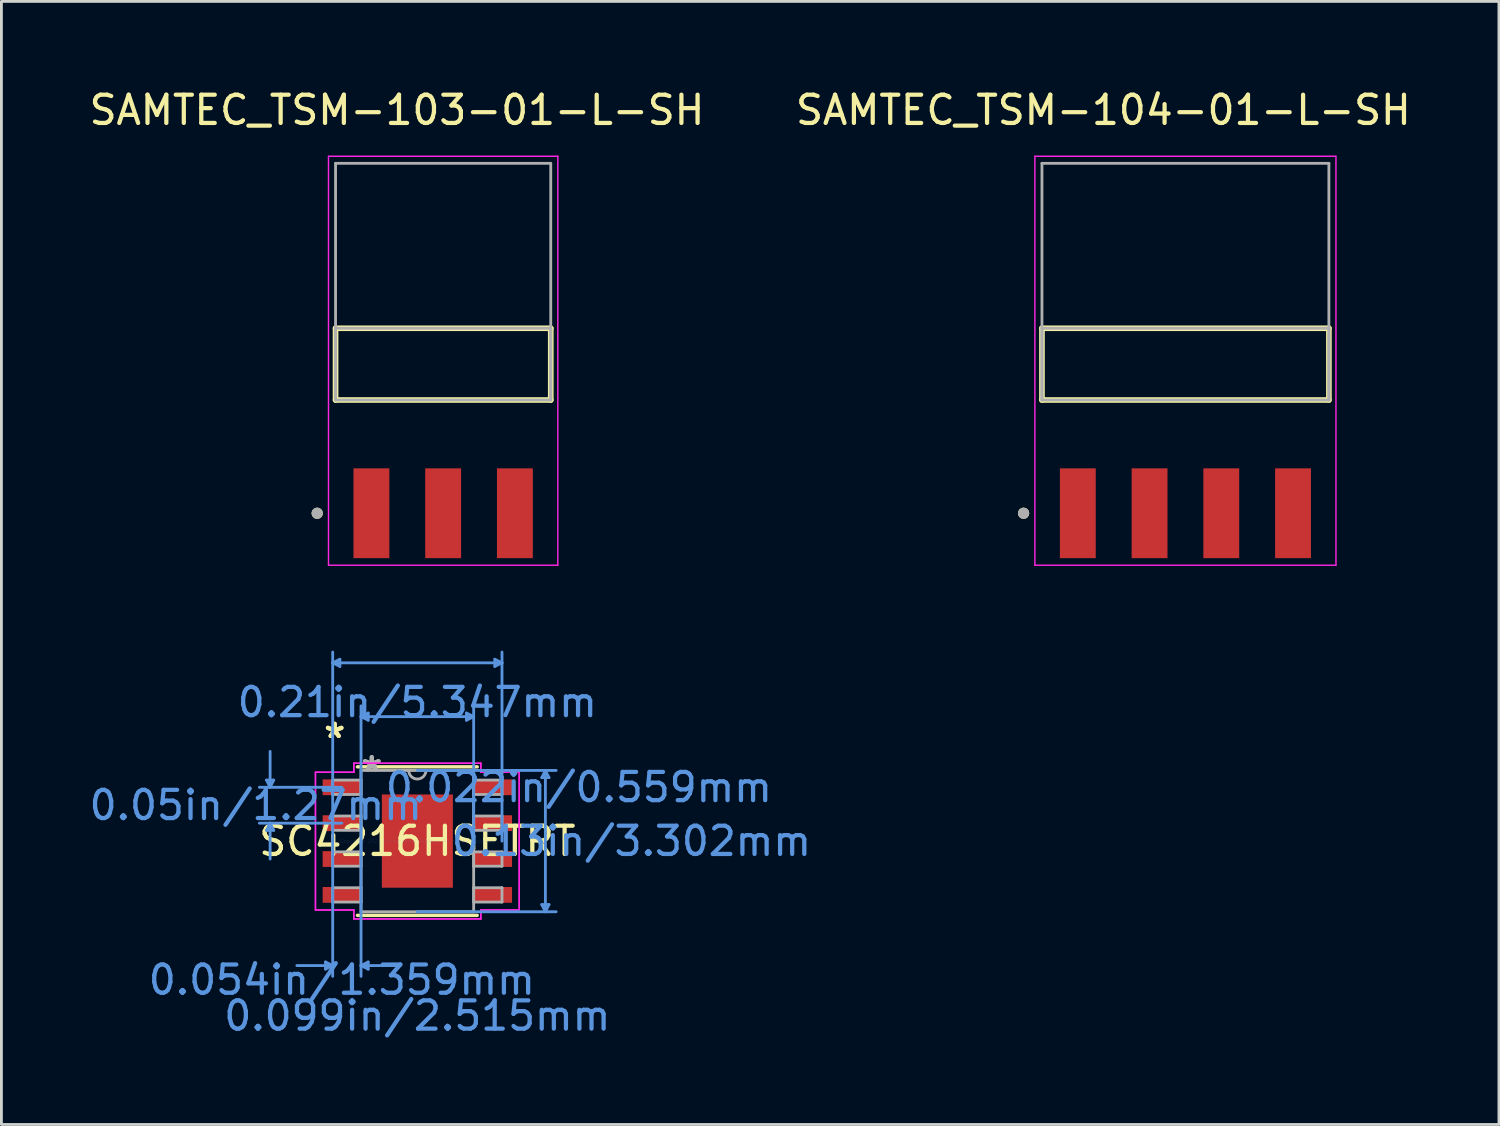
<source format=kicad_pcb>
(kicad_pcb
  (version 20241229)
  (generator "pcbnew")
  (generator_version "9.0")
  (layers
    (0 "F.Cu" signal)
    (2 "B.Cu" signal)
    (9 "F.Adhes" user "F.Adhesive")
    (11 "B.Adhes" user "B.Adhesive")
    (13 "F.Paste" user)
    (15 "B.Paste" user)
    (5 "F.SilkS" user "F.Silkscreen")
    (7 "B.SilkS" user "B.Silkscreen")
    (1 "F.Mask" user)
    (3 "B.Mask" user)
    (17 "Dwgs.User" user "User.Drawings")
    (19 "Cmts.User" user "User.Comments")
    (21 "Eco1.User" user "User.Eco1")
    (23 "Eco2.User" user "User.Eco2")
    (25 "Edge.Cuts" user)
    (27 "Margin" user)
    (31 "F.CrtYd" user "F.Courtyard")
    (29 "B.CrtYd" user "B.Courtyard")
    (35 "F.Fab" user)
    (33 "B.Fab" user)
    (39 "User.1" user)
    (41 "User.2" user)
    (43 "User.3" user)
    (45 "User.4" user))
  (footprint "SAMTEC_TSM-104-01-L-SH"
    (layer "F.Cu")
    (at 38.923 9.843)
    (property "Reference" "SAMTEC_TSM-104-01-L-SH" (at -2.905 -8.995 0) (layer "F.SilkS") (effects (font (size 1 1) (thickness 0.15))))
    (attr smd)
    (fp_line (start -5.08 1.27) (end -5.08 -1.27) (stroke (width 0.2) (type solid)) (layer "F.SilkS"))
    (fp_line (start 5.08 -1.27) (end -5.08 -1.27) (stroke (width 0.2) (type solid)) (layer "F.SilkS"))
    (fp_line (start 5.08 -1.27) (end 5.08 1.27) (stroke (width 0.2) (type solid)) (layer "F.SilkS"))
    (fp_line (start 5.08 1.27) (end -5.08 1.27) (stroke (width 0.2) (type solid)) (layer "F.SilkS"))
    (fp_circle (center -5.73 5.28) (end -5.63 5.28) (stroke (width 0.2) (type solid)) (fill no) (layer "F.SilkS"))
    (fp_line (start -5.33 -7.36) (end 5.33 -7.36) (stroke (width 0.05) (type solid)) (layer "F.CrtYd"))
    (fp_line (start -5.33 7.12) (end -5.33 -7.36) (stroke (width 0.05) (type solid)) (layer "F.CrtYd"))
    (fp_line (start 5.33 -7.36) (end 5.33 7.12) (stroke (width 0.05) (type solid)) (layer "F.CrtYd"))
    (fp_line (start 5.33 7.12) (end -5.33 7.12) (stroke (width 0.05) (type solid)) (layer "F.CrtYd"))
    (fp_line (start -5.08 -7.11) (end 5.08 -7.11) (stroke (width 0.1) (type solid)) (layer "F.Fab"))
    (fp_line (start -5.08 -1.27) (end 5.08 -1.27) (stroke (width 0.1) (type solid)) (layer "F.Fab"))
    (fp_line (start -5.08 1.27) (end -5.08 -7.11) (stroke (width 0.1) (type solid)) (layer "F.Fab"))
    (fp_line (start -5.08 1.27) (end -5.08 -1.27) (stroke (width 0.1) (type solid)) (layer "F.Fab"))
    (fp_line (start 5.08 -7.11) (end 5.08 1.27) (stroke (width 0.1) (type solid)) (layer "F.Fab"))
    (fp_line (start 5.08 -1.27) (end 5.08 1.27) (stroke (width 0.1) (type solid)) (layer "F.Fab"))
    (fp_line (start 5.08 1.27) (end -5.08 1.27) (stroke (width 0.1) (type solid)) (layer "F.Fab"))
    (fp_circle (center -5.73 5.28) (end -5.63 5.28) (stroke (width 0.2) (type solid)) (fill no) (layer "F.Fab"))
    (pad "1" smd rect (at -3.81 5.28) (size 1.27 3.18) (layers "F.Cu" "F.Mask" "F.Paste"))
    (pad "2" smd rect (at -1.27 5.28) (size 1.27 3.18) (layers "F.Cu" "F.Mask" "F.Paste"))
    (pad "3" smd rect (at 1.27 5.28) (size 1.27 3.18) (layers "F.Cu" "F.Mask" "F.Paste"))
    (pad "4" smd rect (at 3.81 5.28) (size 1.27 3.18) (layers "F.Cu" "F.Mask" "F.Paste")))
  (footprint "SC4216HSETRT"
    (layer "F.Cu")
    (at 11.727 26.731)
    (property "Reference" "SC4216HSETRT" (at 0 0 0) (layer "F.SilkS") (effects (font (size 1 1) (thickness 0.15))))
    (attr through_hole)
    (fp_line (start -2.121 2.629) (end 2.121 2.629) (stroke (width 0.12) (type solid)) (layer "F.SilkS"))
    (fp_line (start 2.121 -2.629) (end -2.121 -2.629) (stroke (width 0.12) (type solid)) (layer "F.SilkS"))
    (fp_poly (pts (xy -1.157 -1.551) (xy -1.157 -0.1) (xy 1.157 -0.1) (xy 1.157 -1.551)) (stroke (width 0.1) (type solid)) (fill yes) (layer "F.Paste"))
    (fp_poly (pts (xy -1.157 0.1) (xy -1.157 1.551) (xy 1.157 1.551) (xy 1.157 0.1)) (stroke (width 0.1) (type solid)) (fill yes) (layer "F.Paste"))
    (fp_line (start -5.34 -2.159) (end -5.086 -2.159) (stroke (width 0.1) (type solid)) (layer "Cmts.User"))
    (fp_line (start -5.34 -0.381) (end -5.086 -0.381) (stroke (width 0.1) (type solid)) (layer "Cmts.User"))
    (fp_line (start -5.213 -1.905) (end -5.34 -2.159) (stroke (width 0.1) (type solid)) (layer "Cmts.User"))
    (fp_line (start -5.213 -1.905) (end -5.213 -3.175) (stroke (width 0.1) (type solid)) (layer "Cmts.User"))
    (fp_line (start -5.213 -1.905) (end -5.086 -2.159) (stroke (width 0.1) (type solid)) (layer "Cmts.User"))
    (fp_line (start -5.213 -0.635) (end -5.34 -0.381) (stroke (width 0.1) (type solid)) (layer "Cmts.User"))
    (fp_line (start -5.213 -0.635) (end -5.213 0.635) (stroke (width 0.1) (type solid)) (layer "Cmts.User"))
    (fp_line (start -5.213 -0.635) (end -5.086 -0.381) (stroke (width 0.1) (type solid)) (layer "Cmts.User"))
    (fp_line (start -3.251 4.28) (end -3.251 4.534) (stroke (width 0.1) (type solid)) (layer "Cmts.User"))
    (fp_line (start -2.997 -6.312) (end -2.743 -6.439) (stroke (width 0.1) (type solid)) (layer "Cmts.User"))
    (fp_line (start -2.997 -6.312) (end -2.743 -6.185) (stroke (width 0.1) (type solid)) (layer "Cmts.User"))
    (fp_line (start -2.997 -6.312) (end 2.997 -6.312) (stroke (width 0.1) (type solid)) (layer "Cmts.User"))
    (fp_line (start -2.997 0) (end -2.997 -6.693) (stroke (width 0.1) (type solid)) (layer "Cmts.User"))
    (fp_line (start -2.997 0) (end -2.997 4.788) (stroke (width 0.1) (type solid)) (layer "Cmts.User"))
    (fp_line (start -2.997 4.407) (end -4.267 4.407) (stroke (width 0.1) (type solid)) (layer "Cmts.User"))
    (fp_line (start -2.997 4.407) (end -3.251 4.28) (stroke (width 0.1) (type solid)) (layer "Cmts.User"))
    (fp_line (start -2.997 4.407) (end -3.251 4.534) (stroke (width 0.1) (type solid)) (layer "Cmts.User"))
    (fp_line (start -2.743 -6.439) (end -2.743 -6.185) (stroke (width 0.1) (type solid)) (layer "Cmts.User"))
    (fp_line (start -2.673 -1.905) (end -5.594 -1.905) (stroke (width 0.1) (type solid)) (layer "Cmts.User"))
    (fp_line (start -2.673 -0.635) (end -5.594 -0.635) (stroke (width 0.1) (type solid)) (layer "Cmts.User"))
    (fp_line (start -1.994 -4.407) (end -1.74 -4.534) (stroke (width 0.1) (type solid)) (layer "Cmts.User"))
    (fp_line (start -1.994 -4.407) (end -1.74 -4.28) (stroke (width 0.1) (type solid)) (layer "Cmts.User"))
    (fp_line (start -1.994 -4.407) (end 1.994 -4.407) (stroke (width 0.1) (type solid)) (layer "Cmts.User"))
    (fp_line (start -1.994 0) (end -1.994 -4.788) (stroke (width 0.1) (type solid)) (layer "Cmts.User"))
    (fp_line (start -1.994 0) (end -1.994 4.788) (stroke (width 0.1) (type solid)) (layer "Cmts.User"))
    (fp_line (start -1.994 4.407) (end -1.74 4.28) (stroke (width 0.1) (type solid)) (layer "Cmts.User"))
    (fp_line (start -1.994 4.407) (end -1.74 4.534) (stroke (width 0.1) (type solid)) (layer "Cmts.User"))
    (fp_line (start -1.994 4.407) (end -0.724 4.407) (stroke (width 0.1) (type solid)) (layer "Cmts.User"))
    (fp_line (start -1.74 -4.534) (end -1.74 -4.28) (stroke (width 0.1) (type solid)) (layer "Cmts.User"))
    (fp_line (start -1.74 4.28) (end -1.74 4.534) (stroke (width 0.1) (type solid)) (layer "Cmts.User"))
    (fp_line (start 0 -2.502) (end 4.915 -2.502) (stroke (width 0.1) (type solid)) (layer "Cmts.User"))
    (fp_line (start 0 2.502) (end 4.915 2.502) (stroke (width 0.1) (type solid)) (layer "Cmts.User"))
    (fp_line (start 1.74 -4.534) (end 1.74 -4.28) (stroke (width 0.1) (type solid)) (layer "Cmts.User"))
    (fp_line (start 1.994 -4.407) (end 1.74 -4.534) (stroke (width 0.1) (type solid)) (layer "Cmts.User"))
    (fp_line (start 1.994 -4.407) (end 1.74 -4.28) (stroke (width 0.1) (type solid)) (layer "Cmts.User"))
    (fp_line (start 1.994 0) (end 1.994 -4.788) (stroke (width 0.1) (type solid)) (layer "Cmts.User"))
    (fp_line (start 2.743 -6.439) (end 2.743 -6.185) (stroke (width 0.1) (type solid)) (layer "Cmts.User"))
    (fp_line (start 2.997 -6.312) (end 2.743 -6.439) (stroke (width 0.1) (type solid)) (layer "Cmts.User"))
    (fp_line (start 2.997 -6.312) (end 2.743 -6.185) (stroke (width 0.1) (type solid)) (layer "Cmts.User"))
    (fp_line (start 2.997 0) (end 2.997 -6.693) (stroke (width 0.1) (type solid)) (layer "Cmts.User"))
    (fp_line (start 4.407 -2.248) (end 4.661 -2.248) (stroke (width 0.1) (type solid)) (layer "Cmts.User"))
    (fp_line (start 4.407 2.248) (end 4.661 2.248) (stroke (width 0.1) (type solid)) (layer "Cmts.User"))
    (fp_line (start 4.534 -2.502) (end 4.407 -2.248) (stroke (width 0.1) (type solid)) (layer "Cmts.User"))
    (fp_line (start 4.534 -2.502) (end 4.534 2.502) (stroke (width 0.1) (type solid)) (layer "Cmts.User"))
    (fp_line (start 4.534 -2.502) (end 4.661 -2.248) (stroke (width 0.1) (type solid)) (layer "Cmts.User"))
    (fp_line (start 4.534 2.502) (end 4.407 2.248) (stroke (width 0.1) (type solid)) (layer "Cmts.User"))
    (fp_line (start 4.534 2.502) (end 4.661 2.248) (stroke (width 0.1) (type solid)) (layer "Cmts.User"))
    (fp_line (start -3.607 -2.438) (end -2.248 -2.438) (stroke (width 0.05) (type solid)) (layer "F.CrtYd"))
    (fp_line (start -3.607 -2.438) (end -2.248 -2.438) (stroke (width 0.05) (type solid)) (layer "F.CrtYd"))
    (fp_line (start -3.607 2.438) (end -3.607 -2.438) (stroke (width 0.05) (type solid)) (layer "F.CrtYd"))
    (fp_line (start -3.607 2.438) (end -3.607 -2.438) (stroke (width 0.05) (type solid)) (layer "F.CrtYd"))
    (fp_line (start -3.607 2.438) (end -2.248 2.438) (stroke (width 0.05) (type solid)) (layer "F.CrtYd"))
    (fp_line (start -2.248 -2.756) (end 2.248 -2.756) (stroke (width 0.05) (type solid)) (layer "F.CrtYd"))
    (fp_line (start -2.248 -2.756) (end 2.248 -2.756) (stroke (width 0.05) (type solid)) (layer "F.CrtYd"))
    (fp_line (start -2.248 -2.438) (end -2.248 -2.756) (stroke (width 0.05) (type solid)) (layer "F.CrtYd"))
    (fp_line (start -2.248 -2.438) (end -2.248 -2.756) (stroke (width 0.05) (type solid)) (layer "F.CrtYd"))
    (fp_line (start -2.248 2.438) (end -3.607 2.438) (stroke (width 0.05) (type solid)) (layer "F.CrtYd"))
    (fp_line (start -2.248 2.756) (end -2.248 2.438) (stroke (width 0.05) (type solid)) (layer "F.CrtYd"))
    (fp_line (start -2.248 2.756) (end -2.248 2.438) (stroke (width 0.05) (type solid)) (layer "F.CrtYd"))
    (fp_line (start 2.248 -2.756) (end 2.248 -2.438) (stroke (width 0.05) (type solid)) (layer "F.CrtYd"))
    (fp_line (start 2.248 -2.756) (end 2.248 -2.438) (stroke (width 0.05) (type solid)) (layer "F.CrtYd"))
    (fp_line (start 2.248 -2.438) (end 3.607 -2.438) (stroke (width 0.05) (type solid)) (layer "F.CrtYd"))
    (fp_line (start 2.248 2.438) (end 2.248 2.756) (stroke (width 0.05) (type solid)) (layer "F.CrtYd"))
    (fp_line (start 2.248 2.438) (end 2.248 2.756) (stroke (width 0.05) (type solid)) (layer "F.CrtYd"))
    (fp_line (start 2.248 2.756) (end -2.248 2.756) (stroke (width 0.05) (type solid)) (layer "F.CrtYd"))
    (fp_line (start 2.248 2.756) (end -2.248 2.756) (stroke (width 0.05) (type solid)) (layer "F.CrtYd"))
    (fp_line (start 3.607 -2.438) (end 2.248 -2.438) (stroke (width 0.05) (type solid)) (layer "F.CrtYd"))
    (fp_line (start 3.607 -2.438) (end 3.607 2.438) (stroke (width 0.05) (type solid)) (layer "F.CrtYd"))
    (fp_line (start 3.607 -2.438) (end 3.607 2.438) (stroke (width 0.05) (type solid)) (layer "F.CrtYd"))
    (fp_line (start 3.607 2.438) (end 2.248 2.438) (stroke (width 0.05) (type solid)) (layer "F.CrtYd"))
    (fp_line (start 3.607 2.438) (end 2.248 2.438) (stroke (width 0.05) (type solid)) (layer "F.CrtYd"))
    (fp_line (start -2.997 -2.159) (end -2.997 -1.651) (stroke (width 0.1) (type solid)) (layer "F.Fab"))
    (fp_line (start -2.997 -1.651) (end -1.994 -1.651) (stroke (width 0.1) (type solid)) (layer "F.Fab"))
    (fp_line (start -2.997 -0.889) (end -2.997 -0.381) (stroke (width 0.1) (type solid)) (layer "F.Fab"))
    (fp_line (start -2.997 -0.381) (end -1.994 -0.381) (stroke (width 0.1) (type solid)) (layer "F.Fab"))
    (fp_line (start -2.997 0.381) (end -2.997 0.889) (stroke (width 0.1) (type solid)) (layer "F.Fab"))
    (fp_line (start -2.997 0.889) (end -1.994 0.889) (stroke (width 0.1) (type solid)) (layer "F.Fab"))
    (fp_line (start -2.997 1.651) (end -2.997 2.159) (stroke (width 0.1) (type solid)) (layer "F.Fab"))
    (fp_line (start -2.997 2.159) (end -1.994 2.159) (stroke (width 0.1) (type solid)) (layer "F.Fab"))
    (fp_line (start -1.994 -2.502) (end -1.994 2.502) (stroke (width 0.1) (type solid)) (layer "F.Fab"))
    (fp_line (start -1.994 -2.159) (end -2.997 -2.159) (stroke (width 0.1) (type solid)) (layer "F.Fab"))
    (fp_line (start -1.994 -1.651) (end -1.994 -2.159) (stroke (width 0.1) (type solid)) (layer "F.Fab"))
    (fp_line (start -1.994 -0.889) (end -2.997 -0.889) (stroke (width 0.1) (type solid)) (layer "F.Fab"))
    (fp_line (start -1.994 -0.381) (end -1.994 -0.889) (stroke (width 0.1) (type solid)) (layer "F.Fab"))
    (fp_line (start -1.994 0.381) (end -2.997 0.381) (stroke (width 0.1) (type solid)) (layer "F.Fab"))
    (fp_line (start -1.994 0.889) (end -1.994 0.381) (stroke (width 0.1) (type solid)) (layer "F.Fab"))
    (fp_line (start -1.994 1.651) (end -2.997 1.651) (stroke (width 0.1) (type solid)) (layer "F.Fab"))
    (fp_line (start -1.994 2.159) (end -1.994 1.651) (stroke (width 0.1) (type solid)) (layer "F.Fab"))
    (fp_line (start -1.994 2.502) (end 1.994 2.502) (stroke (width 0.1) (type solid)) (layer "F.Fab"))
    (fp_line (start 1.994 -2.502) (end -1.994 -2.502) (stroke (width 0.1) (type solid)) (layer "F.Fab"))
    (fp_line (start 1.994 -2.159) (end 1.994 -1.651) (stroke (width 0.1) (type solid)) (layer "F.Fab"))
    (fp_line (start 1.994 -1.651) (end 2.997 -1.651) (stroke (width 0.1) (type solid)) (layer "F.Fab"))
    (fp_line (start 1.994 -0.889) (end 1.994 -0.381) (stroke (width 0.1) (type solid)) (layer "F.Fab"))
    (fp_line (start 1.994 -0.381) (end 2.997 -0.381) (stroke (width 0.1) (type solid)) (layer "F.Fab"))
    (fp_line (start 1.994 0.381) (end 1.994 0.889) (stroke (width 0.1) (type solid)) (layer "F.Fab"))
    (fp_line (start 1.994 0.889) (end 2.997 0.889) (stroke (width 0.1) (type solid)) (layer "F.Fab"))
    (fp_line (start 1.994 1.651) (end 1.994 2.159) (stroke (width 0.1) (type solid)) (layer "F.Fab"))
    (fp_line (start 1.994 2.159) (end 2.997 2.159) (stroke (width 0.1) (type solid)) (layer "F.Fab"))
    (fp_line (start 1.994 2.502) (end 1.994 -2.502) (stroke (width 0.1) (type solid)) (layer "F.Fab"))
    (fp_line (start 2.997 -2.159) (end 1.994 -2.159) (stroke (width 0.1) (type solid)) (layer "F.Fab"))
    (fp_line (start 2.997 -1.651) (end 2.997 -2.159) (stroke (width 0.1) (type solid)) (layer "F.Fab"))
    (fp_line (start 2.997 -0.889) (end 1.994 -0.889) (stroke (width 0.1) (type solid)) (layer "F.Fab"))
    (fp_line (start 2.997 -0.381) (end 2.997 -0.889) (stroke (width 0.1) (type solid)) (layer "F.Fab"))
    (fp_line (start 2.997 0.381) (end 1.994 0.381) (stroke (width 0.1) (type solid)) (layer "F.Fab"))
    (fp_line (start 2.997 0.889) (end 2.997 0.381) (stroke (width 0.1) (type solid)) (layer "F.Fab"))
    (fp_line (start 2.997 1.651) (end 1.994 1.651) (stroke (width 0.1) (type solid)) (layer "F.Fab"))
    (fp_line (start 2.997 2.159) (end 2.997 1.651) (stroke (width 0.1) (type solid)) (layer "F.Fab"))
    (fp_arc (start 0.3048 -2.5019) (mid 0 -2.1971) (end -0.3048 -2.5019) (stroke (width 0.1) (type solid)) (layer "F.Fab"))
    (fp_text user "*" (at -2.927 -3.607 0) (layer "F.SilkS") (effects (font (size 1 1) (thickness 0.15))))
    (fp_text user "*" (at -2.927 -3.607 0) (layer "F.SilkS") (effects (font (size 1 1) (thickness 0.15))))
    (fp_text user "0.022in/0.559mm" (at 5.721 -1.905 0) (layer "Cmts.User") (effects (font (size 1 1) (thickness 0.15))))
    (fp_text user "0.21in/5.347mm" (at 0 -4.915 0) (layer "Cmts.User") (effects (font (size 1 1) (thickness 0.15))))
    (fp_text user "0.13in/3.302mm" (at 7.582 0 0) (layer "Cmts.User") (effects (font (size 1 1) (thickness 0.15))))
    (fp_text user "0.05in/1.27mm" (at -5.721 -1.27 0) (layer "Cmts.User") (effects (font (size 1 1) (thickness 0.15))))
    (fp_text user "0.099in/2.515mm" (at 0 6.185 0) (layer "Cmts.User") (effects (font (size 1 1) (thickness 0.15))))
    (fp_text user "Copyright 2021 Accelerated Designs. All rights reserved." (at 0 0 0) (layer "Cmts.User") (effects (font (size 0.127 0.127) (thickness 0.002))))
    (fp_text user "0.054in/1.359mm" (at -2.673 4.915 0) (layer "Cmts.User") (effects (font (size 1 1) (thickness 0.15))))
    (fp_text user "*" (at -1.613 -2.426 0) (layer "F.Fab") (effects (font (size 1 1) (thickness 0.15))))
    (fp_text user "*" (at -1.613 -2.426 0) (layer "F.Fab") (effects (font (size 1 1) (thickness 0.15))))
    (pad "1" smd rect (at -2.673 -1.905) (size 1.359 0.559) (layers "F.Cu" "F.Mask" "F.Paste"))
    (pad "2" smd rect (at -2.673 -0.635) (size 1.359 0.559) (layers "F.Cu" "F.Mask" "F.Paste"))
    (pad "3" smd rect (at -2.673 0.635) (size 1.359 0.559) (layers "F.Cu" "F.Mask" "F.Paste"))
    (pad "4" smd rect (at -2.673 1.905) (size 1.359 0.559) (layers "F.Cu" "F.Mask" "F.Paste"))
    (pad "5" smd rect (at 2.673 1.905) (size 1.359 0.559) (layers "F.Cu" "F.Mask" "F.Paste"))
    (pad "6" smd rect (at 2.673 0.635) (size 1.359 0.559) (layers "F.Cu" "F.Mask" "F.Paste"))
    (pad "7" smd rect (at 2.673 -0.635) (size 1.359 0.559) (layers "F.Cu" "F.Mask" "F.Paste"))
    (pad "8" smd rect (at 2.673 -1.905) (size 1.359 0.559) (layers "F.Cu" "F.Mask" "F.Paste"))
    (pad "EPAD" smd rect (at 0 0) (size 2.515 3.302) (layers "F.Cu" "F.Mask")))
  (footprint "SAMTEC_TSM-103-01-L-SH"
    (layer "F.Cu")
    (at 12.641 9.843)
    (property "Reference" "SAMTEC_TSM-103-01-L-SH" (at -1.635 -8.995 0) (layer "F.SilkS") (effects (font (size 1 1) (thickness 0.15))))
    (attr smd)
    (fp_line (start -3.81 1.27) (end -3.81 -1.27) (stroke (width 0.2) (type solid)) (layer "F.SilkS"))
    (fp_line (start 3.81 -1.27) (end -3.81 -1.27) (stroke (width 0.2) (type solid)) (layer "F.SilkS"))
    (fp_line (start 3.81 -1.27) (end 3.81 1.27) (stroke (width 0.2) (type solid)) (layer "F.SilkS"))
    (fp_line (start 3.81 1.27) (end -3.81 1.27) (stroke (width 0.2) (type solid)) (layer "F.SilkS"))
    (fp_circle (center -4.46 5.28) (end -4.36 5.28) (stroke (width 0.2) (type solid)) (fill no) (layer "F.SilkS"))
    (fp_line (start -4.06 -7.36) (end 4.06 -7.36) (stroke (width 0.05) (type solid)) (layer "F.CrtYd"))
    (fp_line (start -4.06 7.12) (end -4.06 -7.36) (stroke (width 0.05) (type solid)) (layer "F.CrtYd"))
    (fp_line (start 4.06 -7.36) (end 4.06 7.12) (stroke (width 0.05) (type solid)) (layer "F.CrtYd"))
    (fp_line (start 4.06 7.12) (end -4.06 7.12) (stroke (width 0.05) (type solid)) (layer "F.CrtYd"))
    (fp_line (start -3.81 -7.11) (end 3.81 -7.11) (stroke (width 0.1) (type solid)) (layer "F.Fab"))
    (fp_line (start -3.81 -1.27) (end 3.81 -1.27) (stroke (width 0.1) (type solid)) (layer "F.Fab"))
    (fp_line (start -3.81 1.27) (end -3.81 -7.11) (stroke (width 0.1) (type solid)) (layer "F.Fab"))
    (fp_line (start -3.81 1.27) (end -3.81 -1.27) (stroke (width 0.1) (type solid)) (layer "F.Fab"))
    (fp_line (start 3.81 -7.11) (end 3.81 1.27) (stroke (width 0.1) (type solid)) (layer "F.Fab"))
    (fp_line (start 3.81 -1.27) (end 3.81 1.27) (stroke (width 0.1) (type solid)) (layer "F.Fab"))
    (fp_line (start 3.81 1.27) (end -3.81 1.27) (stroke (width 0.1) (type solid)) (layer "F.Fab"))
    (fp_circle (center -4.46 5.28) (end -4.36 5.28) (stroke (width 0.2) (type solid)) (fill no) (layer "F.Fab"))
    (pad "1" smd rect (at -2.54 5.28) (size 1.27 3.18) (layers "F.Cu" "F.Mask" "F.Paste"))
    (pad "2" smd rect (at 0 5.28) (size 1.27 3.18) (layers "F.Cu" "F.Mask" "F.Paste"))
    (pad "3" smd rect (at 2.54 5.28) (size 1.27 3.18) (layers "F.Cu" "F.Mask" "F.Paste")))
  (gr_rect
    (start -3 -3)
    (end 50.024 36.764)
    (stroke (width 0.1) (type default))
    (fill no)
    (layer "Edge.Cuts")))
</source>
